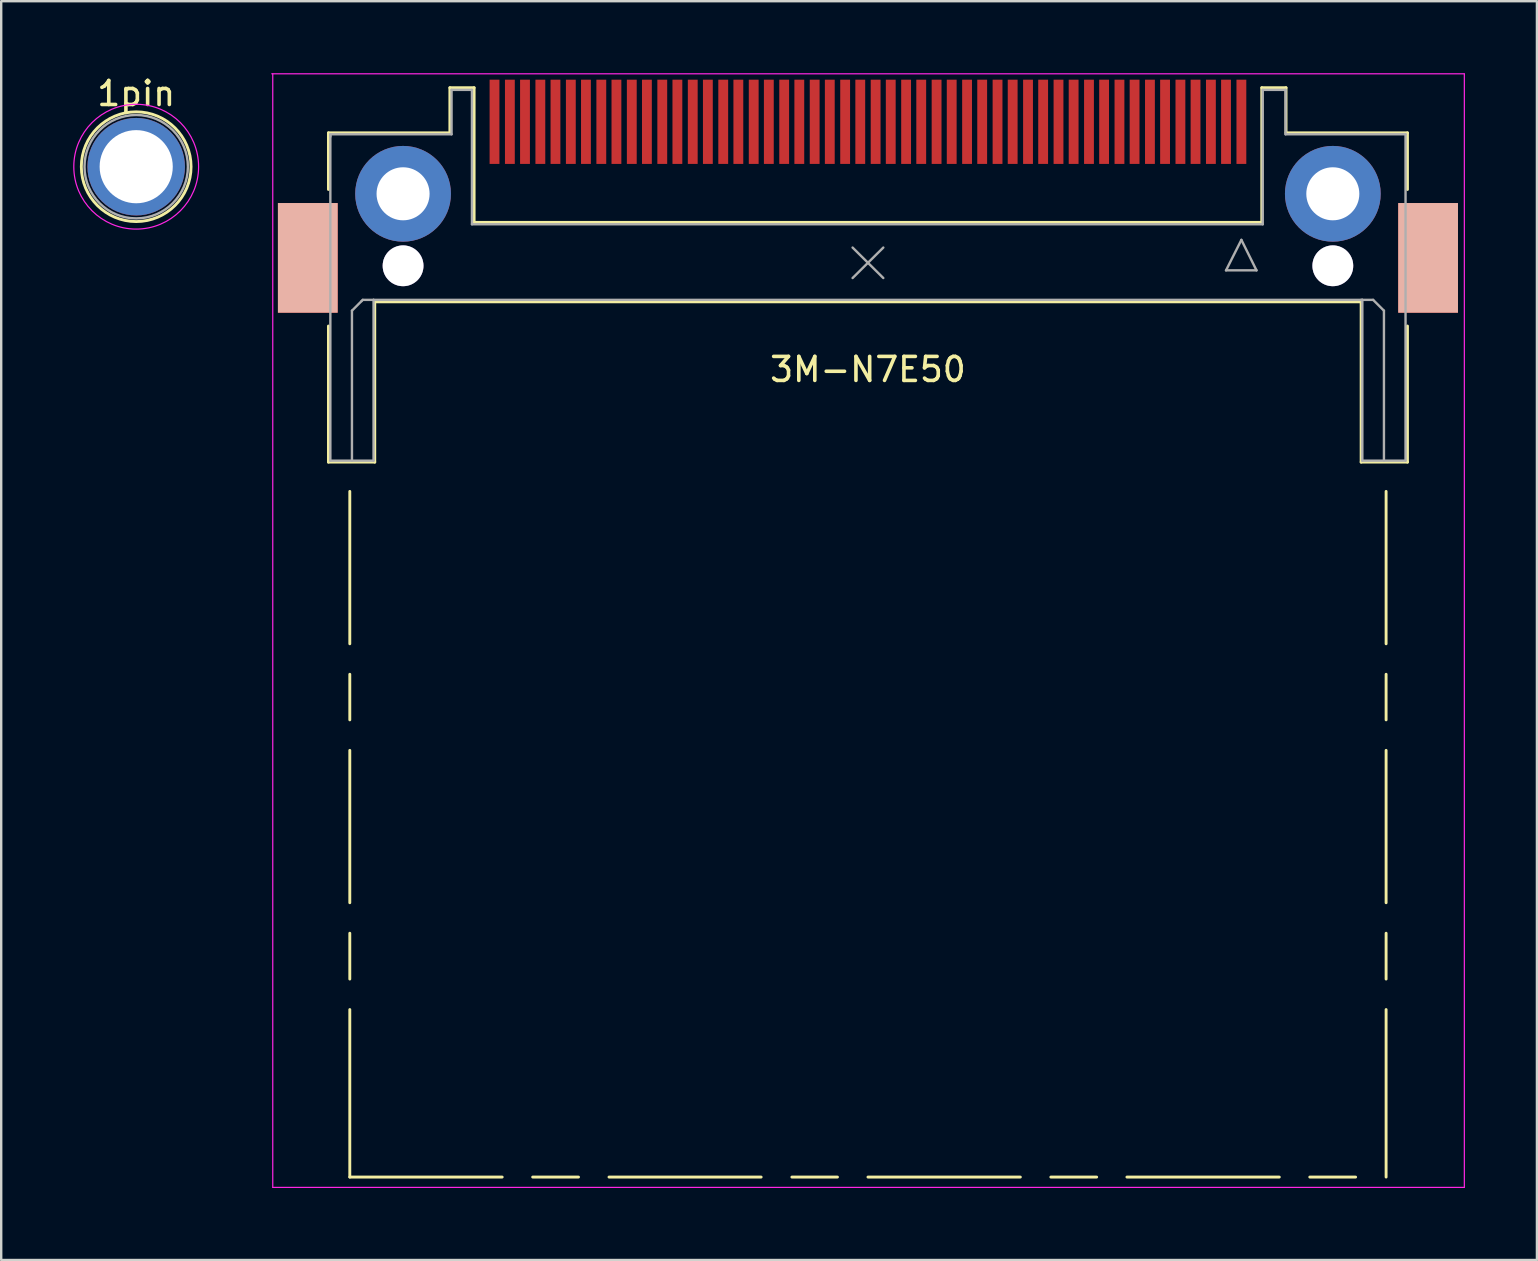
<source format=kicad_pcb>
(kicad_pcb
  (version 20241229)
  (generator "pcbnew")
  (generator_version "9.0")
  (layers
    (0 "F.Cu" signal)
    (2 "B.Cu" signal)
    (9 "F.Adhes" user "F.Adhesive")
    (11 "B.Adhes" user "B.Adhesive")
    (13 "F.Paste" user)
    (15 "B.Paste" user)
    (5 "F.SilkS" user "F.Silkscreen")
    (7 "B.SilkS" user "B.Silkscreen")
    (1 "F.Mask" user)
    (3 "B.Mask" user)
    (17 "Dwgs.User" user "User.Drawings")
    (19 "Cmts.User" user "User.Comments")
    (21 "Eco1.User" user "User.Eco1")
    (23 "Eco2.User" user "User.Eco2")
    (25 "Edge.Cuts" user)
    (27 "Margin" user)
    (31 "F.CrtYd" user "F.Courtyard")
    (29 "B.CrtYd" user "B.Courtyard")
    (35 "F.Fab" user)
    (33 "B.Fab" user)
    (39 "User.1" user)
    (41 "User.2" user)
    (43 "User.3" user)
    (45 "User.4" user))
  (footprint "1pin"
    (layer "F.Cu")
    (at 2.625 3.896)
    (property "Reference" "1pin" (at 0 -3.048 0) (layer "F.SilkS") (effects (font (size 1 1) (thickness 0.15))))
    (attr through_hole)
    (fp_circle (center 0 0) (end 0 -2.286) (stroke (width 0.12) (type solid)) (fill no) (layer "F.SilkS"))
    (fp_circle (center 0 0) (end 2.6 0) (stroke (width 0.05) (type solid)) (fill no) (layer "F.CrtYd"))
    (fp_circle (center 0 0) (end 2 0.8) (stroke (width 0.1) (type solid)) (fill no) (layer "F.Fab"))
    (pad "1" thru_hole circle (at 0 0) (size 4.064 4.064) (drill 3.048) (layers "*.Cu" "*.Mask")))
  (footprint "3M-N7E50"
    (layer "F.Cu")
    (at 33.115 5.025)
    (property "Reference" "3M-N7E50" (at 0 7.32 0) (layer "F.SilkS") (effects (font (size 1 1) (thickness 0.15))))
    (attr smd)
    (fp_line (start -22.48 -2.54) (end -17.42 -2.54) (stroke (width 0.12) (type solid)) (layer "F.SilkS"))
    (fp_line (start -22.48 -0.18) (end -22.48 -2.54) (stroke (width 0.12) (type solid)) (layer "F.SilkS"))
    (fp_line (start -22.48 5.51) (end -22.48 11.18) (stroke (width 0.12) (type solid)) (layer "F.SilkS"))
    (fp_line (start -22.48 11.18) (end -20.55 11.18) (stroke (width 0.12) (type solid)) (layer "F.SilkS"))
    (fp_line (start -21.59 12.4) (end -21.59 18.75) (stroke (width 0.12) (type solid)) (layer "F.SilkS"))
    (fp_line (start -21.59 20.02) (end -21.59 21.92) (stroke (width 0.12) (type solid)) (layer "F.SilkS"))
    (fp_line (start -21.59 23.19) (end -21.59 29.54) (stroke (width 0.12) (type solid)) (layer "F.SilkS"))
    (fp_line (start -21.59 30.81) (end -21.59 32.72) (stroke (width 0.12) (type solid)) (layer "F.SilkS"))
    (fp_line (start -21.59 33.99) (end -21.59 40.97) (stroke (width 0.12) (type solid)) (layer "F.SilkS"))
    (fp_line (start -21.59 40.97) (end -15.24 40.97) (stroke (width 0.12) (type solid)) (layer "F.SilkS"))
    (fp_line (start -20.55 4.5) (end 20.55 4.5) (stroke (width 0.12) (type solid)) (layer "F.SilkS"))
    (fp_line (start -20.55 11.18) (end -20.55 4.5) (stroke (width 0.12) (type solid)) (layer "F.SilkS"))
    (fp_line (start -17.42 -4.42) (end -16.41 -4.42) (stroke (width 0.12) (type solid)) (layer "F.SilkS"))
    (fp_line (start -17.42 -2.54) (end -17.42 -4.42) (stroke (width 0.12) (type solid)) (layer "F.SilkS"))
    (fp_line (start -16.41 -4.42) (end -16.41 1.19) (stroke (width 0.12) (type solid)) (layer "F.SilkS"))
    (fp_line (start -16.41 1.19) (end 16.41 1.19) (stroke (width 0.12) (type solid)) (layer "F.SilkS"))
    (fp_line (start -13.97 40.97) (end -12.06 40.97) (stroke (width 0.12) (type solid)) (layer "F.SilkS"))
    (fp_line (start -10.79 40.97) (end -4.45 40.97) (stroke (width 0.12) (type solid)) (layer "F.SilkS"))
    (fp_line (start -3.17 40.97) (end -1.27 40.97) (stroke (width 0.12) (type solid)) (layer "F.SilkS"))
    (fp_line (start 0 40.97) (end 6.35 40.97) (stroke (width 0.12) (type solid)) (layer "F.SilkS"))
    (fp_line (start 7.62 40.97) (end 9.53 40.97) (stroke (width 0.12) (type solid)) (layer "F.SilkS"))
    (fp_line (start 10.79 40.97) (end 17.14 40.97) (stroke (width 0.12) (type solid)) (layer "F.SilkS"))
    (fp_line (start 16.41 -4.42) (end 17.42 -4.42) (stroke (width 0.12) (type solid)) (layer "F.SilkS"))
    (fp_line (start 16.41 1.19) (end 16.41 -4.42) (stroke (width 0.12) (type solid)) (layer "F.SilkS"))
    (fp_line (start 17.42 -4.42) (end 17.42 -2.54) (stroke (width 0.12) (type solid)) (layer "F.SilkS"))
    (fp_line (start 17.42 -2.54) (end 22.48 -2.54) (stroke (width 0.12) (type solid)) (layer "F.SilkS"))
    (fp_line (start 18.41 40.97) (end 20.32 40.97) (stroke (width 0.12) (type solid)) (layer "F.SilkS"))
    (fp_line (start 20.55 4.5) (end 20.55 11.18) (stroke (width 0.12) (type solid)) (layer "F.SilkS"))
    (fp_line (start 20.55 11.18) (end 22.48 11.18) (stroke (width 0.12) (type solid)) (layer "F.SilkS"))
    (fp_line (start 21.59 12.4) (end 21.59 18.75) (stroke (width 0.12) (type solid)) (layer "F.SilkS"))
    (fp_line (start 21.59 20.02) (end 21.59 21.92) (stroke (width 0.12) (type solid)) (layer "F.SilkS"))
    (fp_line (start 21.59 23.19) (end 21.59 29.54) (stroke (width 0.12) (type solid)) (layer "F.SilkS"))
    (fp_line (start 21.59 30.81) (end 21.59 32.72) (stroke (width 0.12) (type solid)) (layer "F.SilkS"))
    (fp_line (start 21.59 33.99) (end 21.59 40.97) (stroke (width 0.12) (type solid)) (layer "F.SilkS"))
    (fp_line (start 22.48 -2.54) (end 22.48 -0.18) (stroke (width 0.12) (type solid)) (layer "F.SilkS"))
    (fp_line (start 22.48 11.18) (end 22.48 5.51) (stroke (width 0.12) (type solid)) (layer "F.SilkS"))
    (fp_line (start -24.84 -5) (end 24.84 -5) (stroke (width 0.05) (type solid)) (layer "F.CrtYd"))
    (fp_line (start -24.8 -5) (end -24.8 41.4) (stroke (width 0.05) (type solid)) (layer "F.CrtYd"))
    (fp_line (start -24.8 41.4) (end 24.85 41.4) (stroke (width 0.05) (type solid)) (layer "F.CrtYd"))
    (fp_line (start 24.85 -5) (end 24.85 41.4) (stroke (width 0.05) (type solid)) (layer "F.CrtYd"))
    (fp_line (start -22.4 -2.48) (end -22.4 -2.38) (stroke (width 0.1) (type solid)) (layer "F.Fab"))
    (fp_line (start -22.4 -2.43) (end -22.4 11.12) (stroke (width 0.1) (type solid)) (layer "F.Fab"))
    (fp_line (start -22.4 11.12) (end -20.6 11.12) (stroke (width 0.1) (type solid)) (layer "F.Fab"))
    (fp_line (start -21.5 4.87) (end -21.1 4.47) (stroke (width 0.1) (type solid)) (layer "F.Fab"))
    (fp_line (start -21.5 11.12) (end -21.5 4.87) (stroke (width 0.1) (type solid)) (layer "F.Fab"))
    (fp_line (start -21.1 4.47) (end -21.05 4.42) (stroke (width 0.1) (type solid)) (layer "F.Fab"))
    (fp_line (start -21.05 4.42) (end -20.6 4.42) (stroke (width 0.1) (type solid)) (layer "F.Fab"))
    (fp_line (start -20.6 4.42) (end 20.6 4.42) (stroke (width 0.1) (type solid)) (layer "F.Fab"))
    (fp_line (start -20.6 11.12) (end -20.6 4.42) (stroke (width 0.1) (type solid)) (layer "F.Fab"))
    (fp_line (start -17.35 -4.33) (end -17.35 -2.48) (stroke (width 0.1) (type solid)) (layer "F.Fab"))
    (fp_line (start -17.35 -2.48) (end -22.4 -2.48) (stroke (width 0.1) (type solid)) (layer "F.Fab"))
    (fp_line (start -16.5 -4.33) (end -17.35 -4.33) (stroke (width 0.1) (type solid)) (layer "F.Fab"))
    (fp_line (start -16.5 1.27) (end -16.5 -4.33) (stroke (width 0.1) (type solid)) (layer "F.Fab"))
    (fp_line (start -0.64 2.24) (end 0.64 3.51) (stroke (width 0.1) (type solid)) (layer "F.Fab"))
    (fp_line (start 0.64 2.24) (end -0.64 3.51) (stroke (width 0.1) (type solid)) (layer "F.Fab"))
    (fp_line (start 14.92 3.19) (end 16.19 3.19) (stroke (width 0.1) (type solid)) (layer "F.Fab"))
    (fp_line (start 15.56 1.92) (end 14.92 3.19) (stroke (width 0.1) (type solid)) (layer "F.Fab"))
    (fp_line (start 16.19 3.19) (end 15.56 1.92) (stroke (width 0.1) (type solid)) (layer "F.Fab"))
    (fp_line (start 16.45 -4.33) (end 16.45 1.27) (stroke (width 0.1) (type solid)) (layer "F.Fab"))
    (fp_line (start 16.45 1.27) (end -16.5 1.27) (stroke (width 0.1) (type solid)) (layer "F.Fab"))
    (fp_line (start 17.4 -4.33) (end 16.45 -4.33) (stroke (width 0.1) (type solid)) (layer "F.Fab"))
    (fp_line (start 17.4 -2.48) (end 17.4 -4.33) (stroke (width 0.1) (type solid)) (layer "F.Fab"))
    (fp_line (start 20.6 4.42) (end 20.6 11.12) (stroke (width 0.1) (type solid)) (layer "F.Fab"))
    (fp_line (start 20.6 11.12) (end 22.4 11.12) (stroke (width 0.1) (type solid)) (layer "F.Fab"))
    (fp_line (start 21.05 4.42) (end 20.55 4.42) (stroke (width 0.1) (type solid)) (layer "F.Fab"))
    (fp_line (start 21.5 4.87) (end 21.05 4.42) (stroke (width 0.1) (type solid)) (layer "F.Fab"))
    (fp_line (start 21.5 11.12) (end 21.5 4.87) (stroke (width 0.1) (type solid)) (layer "F.Fab"))
    (fp_line (start 22.4 -2.48) (end 17.4 -2.48) (stroke (width 0.1) (type solid)) (layer "F.Fab"))
    (fp_line (start 22.4 11.12) (end 22.4 -2.48) (stroke (width 0.1) (type solid)) (layer "F.Fab"))
    (pad "" smd rect (at -23.34 2.67) (size 2.49 4.57) (layers "F.Cu" "F.Mask" "B.SilkS" "F.Paste"))
    (pad "" thru_hole circle (at -19.37 0) (size 3.99 3.99) (drill 2.21) (layers "*.Cu" "*.Mask"))
    (pad "" thru_hole circle (at -19.37 3) (size 1.7 1.7) (drill 1.7) (layers "*.Cu" "*.Mask"))
    (pad "" thru_hole circle (at 19.37 0) (size 3.99 3.99) (drill 2.21) (layers "*.Cu" "*.Mask"))
    (pad "" thru_hole circle (at 19.37 3) (size 1.7 1.7) (drill 1.7) (layers "*.Cu" "*.Mask"))
    (pad "" smd rect (at 23.34 2.67) (size 2.49 4.57) (layers "F.Cu" "F.Mask" "B.SilkS" "F.Paste"))
    (pad "1" smd rect (at 15.56 -3) (size 0.41 3.51) (layers "F.Cu" "F.Mask" "F.Paste"))
    (pad "2" smd rect (at 14.29 -3) (size 0.41 3.51) (layers "F.Cu" "F.Mask" "F.Paste"))
    (pad "3" smd rect (at 13.02 -3) (size 0.41 3.51) (layers "F.Cu" "F.Mask" "F.Paste"))
    (pad "4" smd rect (at 11.75 -3) (size 0.41 3.51) (layers "F.Cu" "F.Mask" "F.Paste"))
    (pad "5" smd rect (at 10.48 -3) (size 0.41 3.51) (layers "F.Cu" "F.Mask" "F.Paste"))
    (pad "6" smd rect (at 9.21 -3) (size 0.41 3.51) (layers "F.Cu" "F.Mask" "F.Paste"))
    (pad "7" smd rect (at 7.94 -3) (size 0.41 3.51) (layers "F.Cu" "F.Mask" "F.Paste"))
    (pad "8" smd rect (at 6.67 -3) (size 0.41 3.51) (layers "F.Cu" "F.Mask" "F.Paste"))
    (pad "9" smd rect (at 5.4 -3) (size 0.41 3.51) (layers "F.Cu" "F.Mask" "F.Paste"))
    (pad "10" smd rect (at 4.13 -3) (size 0.41 3.51) (layers "F.Cu" "F.Mask" "F.Paste"))
    (pad "11" smd rect (at 2.86 -3) (size 0.41 3.51) (layers "F.Cu" "F.Mask" "F.Paste"))
    (pad "12" smd rect (at 1.59 -3) (size 0.41 3.51) (layers "F.Cu" "F.Mask" "F.Paste"))
    (pad "13" smd rect (at 0.32 -3) (size 0.41 3.51) (layers "F.Cu" "F.Mask" "F.Paste"))
    (pad "14" smd rect (at -0.95 -3) (size 0.41 3.51) (layers "F.Cu" "F.Mask" "F.Paste"))
    (pad "15" smd rect (at -2.22 -3) (size 0.41 3.51) (layers "F.Cu" "F.Mask" "F.Paste"))
    (pad "16" smd rect (at -3.49 -3) (size 0.41 3.51) (layers "F.Cu" "F.Mask" "F.Paste"))
    (pad "17" smd rect (at -4.76 -3) (size 0.41 3.51) (layers "F.Cu" "F.Mask" "F.Paste"))
    (pad "18" smd rect (at -6.03 -3) (size 0.41 3.51) (layers "F.Cu" "F.Mask" "F.Paste"))
    (pad "19" smd rect (at -7.3 -3) (size 0.41 3.51) (layers "F.Cu" "F.Mask" "F.Paste"))
    (pad "20" smd rect (at -8.57 -3) (size 0.41 3.51) (layers "F.Cu" "F.Mask" "F.Paste"))
    (pad "21" smd rect (at -9.84 -3) (size 0.41 3.51) (layers "F.Cu" "F.Mask" "F.Paste"))
    (pad "22" smd rect (at -11.11 -3) (size 0.41 3.51) (layers "F.Cu" "F.Mask" "F.Paste"))
    (pad "23" smd rect (at -12.38 -3) (size 0.41 3.51) (layers "F.Cu" "F.Mask" "F.Paste"))
    (pad "24" smd rect (at -13.65 -3) (size 0.41 3.51) (layers "F.Cu" "F.Mask" "F.Paste"))
    (pad "25" smd rect (at -14.92 -3) (size 0.41 3.51) (layers "F.Cu" "F.Mask" "F.Paste"))
    (pad "26" smd rect (at 14.92 -3) (size 0.41 3.51) (layers "F.Cu" "F.Mask" "F.Paste"))
    (pad "27" smd rect (at 13.65 -3) (size 0.41 3.51) (layers "F.Cu" "F.Mask" "F.Paste"))
    (pad "28" smd rect (at 12.38 -3) (size 0.41 3.51) (layers "F.Cu" "F.Mask" "F.Paste"))
    (pad "29" smd rect (at 11.11 -3) (size 0.41 3.51) (layers "F.Cu" "F.Mask" "F.Paste"))
    (pad "30" smd rect (at 9.84 -3) (size 0.41 3.51) (layers "F.Cu" "F.Mask" "F.Paste"))
    (pad "31" smd rect (at 8.57 -3) (size 0.41 3.51) (layers "F.Cu" "F.Mask" "F.Paste"))
    (pad "32" smd rect (at 7.3 -3) (size 0.41 3.51) (layers "F.Cu" "F.Mask" "F.Paste"))
    (pad "33" smd rect (at 6.03 -3) (size 0.41 3.51) (layers "F.Cu" "F.Mask" "F.Paste"))
    (pad "34" smd rect (at 4.76 -3) (size 0.41 3.51) (layers "F.Cu" "F.Mask" "F.Paste"))
    (pad "35" smd rect (at 3.49 -3) (size 0.41 3.51) (layers "F.Cu" "F.Mask" "F.Paste"))
    (pad "36" smd rect (at 2.22 -3) (size 0.41 3.51) (layers "F.Cu" "F.Mask" "F.Paste"))
    (pad "37" smd rect (at 0.95 -3) (size 0.41 3.51) (layers "F.Cu" "F.Mask" "F.Paste"))
    (pad "38" smd rect (at -0.32 -3) (size 0.41 3.51) (layers "F.Cu" "F.Mask" "F.Paste"))
    (pad "39" smd rect (at -1.59 -3) (size 0.41 3.51) (layers "F.Cu" "F.Mask" "F.Paste"))
    (pad "40" smd rect (at -2.86 -3) (size 0.41 3.51) (layers "F.Cu" "F.Mask" "F.Paste"))
    (pad "41" smd rect (at -4.13 -3) (size 0.41 3.51) (layers "F.Cu" "F.Mask" "F.Paste"))
    (pad "42" smd rect (at -5.4 -3) (size 0.41 3.51) (layers "F.Cu" "F.Mask" "F.Paste"))
    (pad "43" smd rect (at -6.67 -3) (size 0.41 3.51) (layers "F.Cu" "F.Mask" "F.Paste"))
    (pad "44" smd rect (at -7.94 -3) (size 0.41 3.51) (layers "F.Cu" "F.Mask" "F.Paste"))
    (pad "45" smd rect (at -9.21 -3) (size 0.41 3.51) (layers "F.Cu" "F.Mask" "F.Paste"))
    (pad "46" smd rect (at -10.48 -3) (size 0.41 3.51) (layers "F.Cu" "F.Mask" "F.Paste"))
    (pad "47" smd rect (at -11.75 -3) (size 0.41 3.51) (layers "F.Cu" "F.Mask" "F.Paste"))
    (pad "48" smd rect (at -13.02 -3) (size 0.41 3.51) (layers "F.Cu" "F.Mask" "F.Paste"))
    (pad "49" smd rect (at -14.29 -3) (size 0.41 3.51) (layers "F.Cu" "F.Mask" "F.Paste"))
    (pad "50" smd rect (at -15.56 -3) (size 0.41 3.51) (layers "F.Cu" "F.Mask" "F.Paste")))
  (gr_rect
    (start -3 -3)
    (end 60.99 49.45)
    (stroke (width 0.1) (type default))
    (fill no)
    (layer "Edge.Cuts")))
</source>
